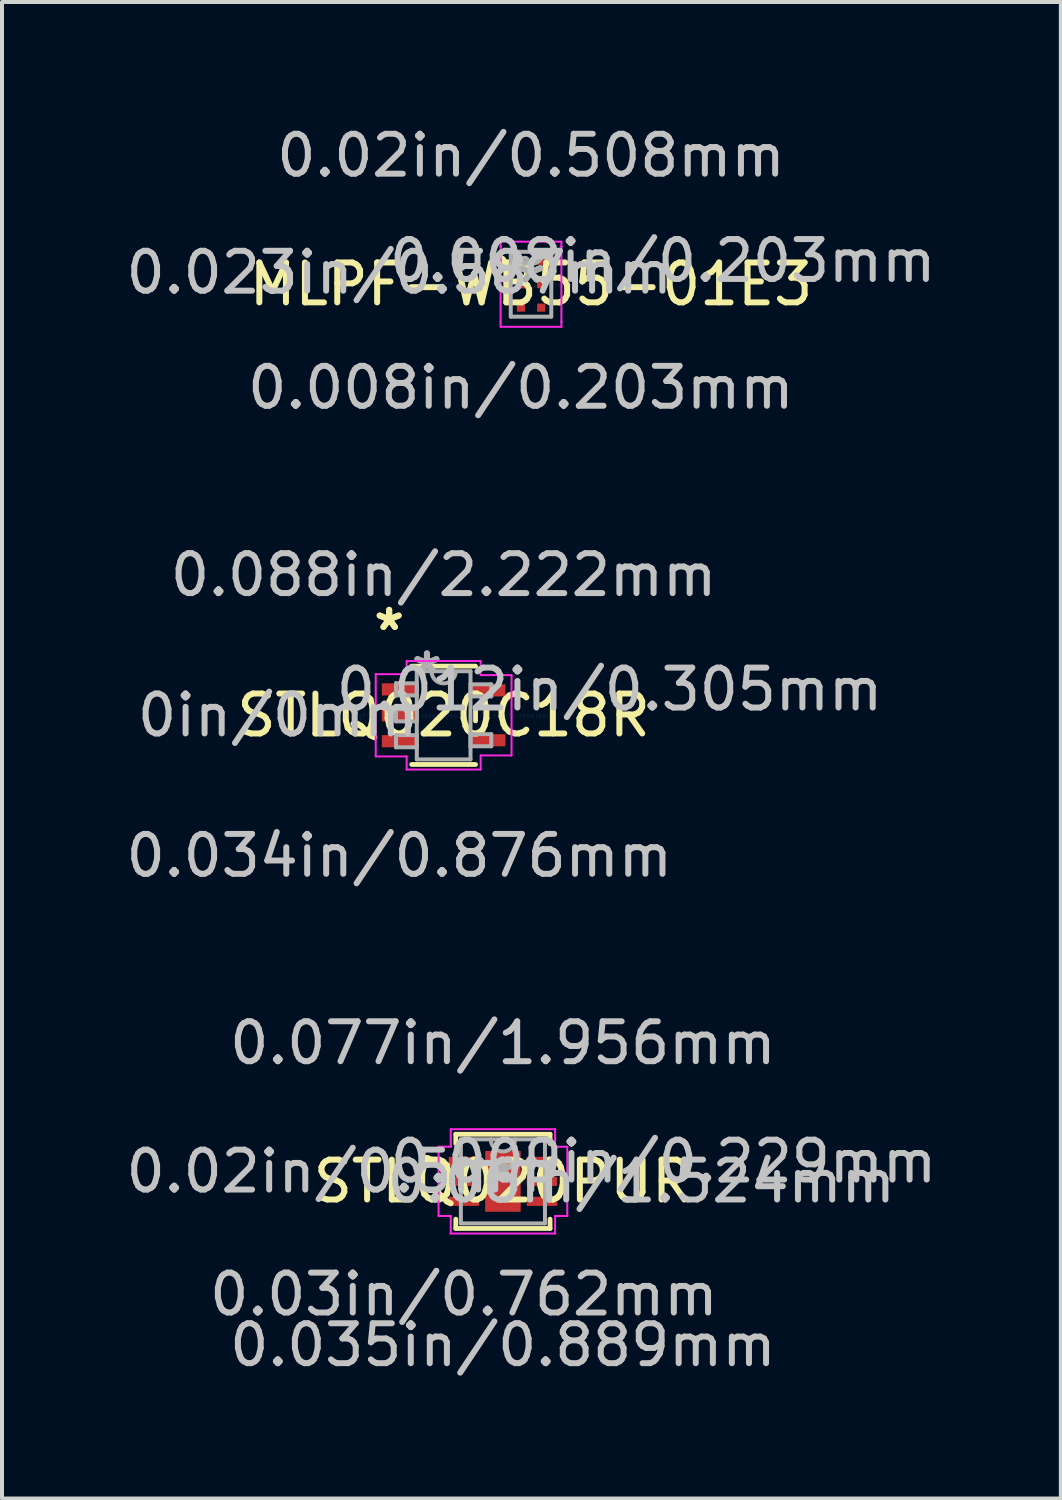
<source format=kicad_pcb>
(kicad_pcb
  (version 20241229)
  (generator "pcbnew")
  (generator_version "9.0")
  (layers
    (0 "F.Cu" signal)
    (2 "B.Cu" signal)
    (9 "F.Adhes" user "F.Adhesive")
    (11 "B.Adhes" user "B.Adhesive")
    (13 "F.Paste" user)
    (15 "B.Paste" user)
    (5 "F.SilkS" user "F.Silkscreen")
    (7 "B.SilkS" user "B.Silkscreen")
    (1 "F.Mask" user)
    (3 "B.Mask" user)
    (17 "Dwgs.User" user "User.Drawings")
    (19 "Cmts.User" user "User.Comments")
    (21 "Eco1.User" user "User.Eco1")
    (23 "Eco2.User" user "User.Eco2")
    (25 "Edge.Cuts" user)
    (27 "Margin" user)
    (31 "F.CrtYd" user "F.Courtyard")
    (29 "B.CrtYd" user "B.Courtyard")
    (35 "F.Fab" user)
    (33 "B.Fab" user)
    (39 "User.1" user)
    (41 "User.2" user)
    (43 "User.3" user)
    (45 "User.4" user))
  (footprint "STLQ020PUR"
    (layer "F.Cu")
    (at 9.556 26.561)
    (property "Reference" "STLQ020PUR" (at 0 0 0) (layer "F.SilkS") (effects (font (size 1 1) (thickness 0.15))))
    (attr through_hole)
    (fp_line (start -1.181 -1.181) (end -1.181 -0.947) (stroke (width 0.12) (type solid)) (layer "F.SilkS"))
    (fp_line (start -1.181 0.947) (end -1.181 1.181) (stroke (width 0.12) (type solid)) (layer "F.SilkS"))
    (fp_line (start -1.181 1.181) (end 1.181 1.181) (stroke (width 0.12) (type solid)) (layer "F.SilkS"))
    (fp_line (start 1.181 -1.181) (end -1.181 -1.181) (stroke (width 0.12) (type solid)) (layer "F.SilkS"))
    (fp_line (start 1.181 -0.947) (end 1.181 -1.181) (stroke (width 0.12) (type solid)) (layer "F.SilkS"))
    (fp_line (start 1.181 1.181) (end 1.181 0.947) (stroke (width 0.12) (type solid)) (layer "F.SilkS"))
    (fp_circle (center -1.91 -0.5) (end -1.808 -0.5) (stroke (width 0.12) (type solid)) (fill no) (layer "F.SilkS"))
    (fp_line (start -1.613 -0.868) (end -1.308 -0.868) (stroke (width 0.05) (type solid)) (layer "F.CrtYd"))
    (fp_line (start -1.613 0.868) (end -1.613 -0.868) (stroke (width 0.05) (type solid)) (layer "F.CrtYd"))
    (fp_line (start -1.308 -1.308) (end 1.308 -1.308) (stroke (width 0.05) (type solid)) (layer "F.CrtYd"))
    (fp_line (start -1.308 -0.868) (end -1.308 -1.308) (stroke (width 0.05) (type solid)) (layer "F.CrtYd"))
    (fp_line (start -1.308 0.868) (end -1.613 0.868) (stroke (width 0.05) (type solid)) (layer "F.CrtYd"))
    (fp_line (start -1.308 1.308) (end -1.308 0.868) (stroke (width 0.05) (type solid)) (layer "F.CrtYd"))
    (fp_line (start 1.308 -1.308) (end 1.308 -0.868) (stroke (width 0.05) (type solid)) (layer "F.CrtYd"))
    (fp_line (start 1.308 -0.868) (end 1.613 -0.868) (stroke (width 0.05) (type solid)) (layer "F.CrtYd"))
    (fp_line (start 1.308 0.868) (end 1.308 1.308) (stroke (width 0.05) (type solid)) (layer "F.CrtYd"))
    (fp_line (start 1.308 1.308) (end -1.308 1.308) (stroke (width 0.05) (type solid)) (layer "F.CrtYd"))
    (fp_line (start 1.613 -0.868) (end 1.613 0.868) (stroke (width 0.05) (type solid)) (layer "F.CrtYd"))
    (fp_line (start 1.613 0.868) (end 1.308 0.868) (stroke (width 0.05) (type solid)) (layer "F.CrtYd"))
    (fp_line (start -1.054 -1.054) (end -1.054 1.054) (stroke (width 0.1) (type solid)) (layer "F.Fab"))
    (fp_line (start -1.054 1.054) (end 1.054 1.054) (stroke (width 0.1) (type solid)) (layer "F.Fab"))
    (fp_line (start 1.054 -1.054) (end -1.054 -1.054) (stroke (width 0.1) (type solid)) (layer "F.Fab"))
    (fp_line (start 1.054 1.054) (end 1.054 -1.054) (stroke (width 0.1) (type solid)) (layer "F.Fab"))
    (fp_arc (start 0.3048 -1.0541) (mid 0 -0.7493) (end -0.3048 -1.0541) (stroke (width 0.1) (type solid)) (layer "F.Fab"))
    (fp_circle (center -0.597 -0.5) (end -0.521 -0.5) (stroke (width 0.1) (type solid)) (fill no) (layer "F.Fab"))
    (fp_text user "*" (at 0 0 0) (layer "F.SilkS") (effects (font (size 1 1) (thickness 0.15))))
    (fp_text user "0.077in/1.956mm" (at 0 -3.467 0) (layer "Dwgs.User") (effects (font (size 1 1) (thickness 0.15))))
    (fp_text user "0.009in/0.229mm" (at 4.026 -0.5 0) (layer "Dwgs.User") (effects (font (size 1 1) (thickness 0.15))))
    (fp_text user "0.06in/1.524mm" (at 3.467 0 0) (layer "Dwgs.User") (effects (font (size 1 1) (thickness 0.15))))
    (fp_text user "0.02in/0.5mm" (at -4.026 -0.25 0) (layer "Dwgs.User") (effects (font (size 1 1) (thickness 0.15))))
    (fp_text user "0.035in/0.889mm" (at 0 4.102 0) (layer "Dwgs.User") (effects (font (size 1 1) (thickness 0.15))))
    (fp_text user "0.03in/0.762mm" (at -0.978 2.832 0) (layer "Dwgs.User") (effects (font (size 1 1) (thickness 0.15))))
    (fp_text user "Copyright 2021 Accelerated Designs. All rights reserved." (at 0 0 0) (layer "Cmts.User") (effects (font (size 0.127 0.127) (thickness 0.002))))
    (fp_text user "*" (at 0 0 0) (layer "F.Fab") (effects (font (size 1 1) (thickness 0.15))))
    (pad "1" smd rect (at -0.978 -0.5) (size 0.762 0.229) (layers "F.Cu" "F.Mask" "F.Paste"))
    (pad "2" smd rect (at -0.978 0) (size 0.762 0.229) (layers "F.Cu" "F.Mask" "F.Paste"))
    (pad "3" smd rect (at -0.978 0.5) (size 0.762 0.229) (layers "F.Cu" "F.Mask" "F.Paste"))
    (pad "4" smd rect (at 0.978 0.5) (size 0.762 0.229) (layers "F.Cu" "F.Mask" "F.Paste"))
    (pad "5" smd rect (at 0.978 0) (size 0.762 0.229) (layers "F.Cu" "F.Mask" "F.Paste"))
    (pad "6" smd rect (at 0.978 -0.5) (size 0.762 0.229) (layers "F.Cu" "F.Mask" "F.Paste"))
    (pad "7" smd rect (at 0 0) (size 0.889 1.524) (layers "F.Cu" "F.Mask" "F.Paste")))
  (footprint "MLPF-WB55-01E3"
    (layer "F.Cu")
    (at 10.26 4.074)
    (property "Reference" "MLPF-WB55-01E3" (at 0 0 0) (layer "F.SilkS") (effects (font (size 1 1) (thickness 0.15))))
    (attr through_hole)
    (fp_arc (start -0.7507 -0.6632) (mid -0.706909 -0.52464) (end -0.822375 -0.612868) (stroke (width 0.12) (type solid)) (layer "F.SilkS"))
    (fp_line (start -0.762 -1.067) (end 0.762 -1.067) (stroke (width 0.05) (type solid)) (layer "F.CrtYd"))
    (fp_line (start -0.762 -0.943) (end -0.762 -1.067) (stroke (width 0.05) (type solid)) (layer "F.CrtYd"))
    (fp_line (start -0.762 -0.943) (end -0.762 -0.943) (stroke (width 0.05) (type solid)) (layer "F.CrtYd"))
    (fp_line (start -0.762 0.943) (end -0.762 -0.943) (stroke (width 0.05) (type solid)) (layer "F.CrtYd"))
    (fp_line (start -0.762 0.943) (end -0.762 0.943) (stroke (width 0.05) (type solid)) (layer "F.CrtYd"))
    (fp_line (start -0.762 1.067) (end -0.762 0.943) (stroke (width 0.05) (type solid)) (layer "F.CrtYd"))
    (fp_line (start 0.762 -1.067) (end 0.762 -0.943) (stroke (width 0.05) (type solid)) (layer "F.CrtYd"))
    (fp_line (start 0.762 -0.943) (end 0.762 -0.943) (stroke (width 0.05) (type solid)) (layer "F.CrtYd"))
    (fp_line (start 0.762 -0.943) (end 0.762 0.943) (stroke (width 0.05) (type solid)) (layer "F.CrtYd"))
    (fp_line (start 0.762 0.943) (end 0.762 0.943) (stroke (width 0.05) (type solid)) (layer "F.CrtYd"))
    (fp_line (start 0.762 0.943) (end 0.762 1.067) (stroke (width 0.05) (type solid)) (layer "F.CrtYd"))
    (fp_line (start 0.762 1.067) (end -0.762 1.067) (stroke (width 0.05) (type solid)) (layer "F.CrtYd"))
    (fp_line (start -0.508 -0.813) (end -0.508 0.813) (stroke (width 0.1) (type solid)) (layer "F.Fab"))
    (fp_line (start -0.508 0.813) (end 0.508 0.813) (stroke (width 0.1) (type solid)) (layer "F.Fab"))
    (fp_line (start 0.508 -0.813) (end -0.508 -0.813) (stroke (width 0.1) (type solid)) (layer "F.Fab"))
    (fp_line (start 0.508 0.813) (end 0.508 -0.813) (stroke (width 0.1) (type solid)) (layer "F.Fab"))
    (fp_arc (start 0.3048 -0.8128) (mid 0 -0.508) (end -0.3048 -0.8128) (stroke (width 0.1) (type solid)) (layer "F.Fab"))
    (fp_circle (center -0.152 -0.587) (end -0.076 -0.587) (stroke (width 0.1) (type solid)) (fill no) (layer "F.Fab"))
    (fp_text user "*" (at 0 0 0) (layer "F.SilkS") (effects (font (size 1 1) (thickness 0.15))))
    (fp_text user "0.008in/0.203mm" (at 3.302 -0.587 0) (layer "Dwgs.User") (effects (font (size 1 1) (thickness 0.15))))
    (fp_text user "0.008in/0.203mm" (at -0.254 2.591 0) (layer "Dwgs.User") (effects (font (size 1 1) (thickness 0.15))))
    (fp_text user "0.02in/0.508mm" (at 0 -3.226 0) (layer "Dwgs.User") (effects (font (size 1 1) (thickness 0.15))))
    (fp_text user "0.023in/0.587mm" (at -3.302 -0.293 0) (layer "Dwgs.User") (effects (font (size 1 1) (thickness 0.15))))
    (fp_text user "Copyright 2021 Accelerated Designs. All rights reserved." (at 0 0 0) (layer "Cmts.User") (effects (font (size 0.127 0.127) (thickness 0.002))))
    (fp_text user "*" (at 0 0 0) (layer "F.Fab") (effects (font (size 1 1) (thickness 0.15))))
    (pad "1" smd rect (at -0.254 -0.587) (size 0.203 0.203) (layers "F.Cu" "F.Mask" "F.Paste"))
    (pad "2" smd rect (at -0.254 0) (size 0.203 0.203) (layers "F.Cu" "F.Mask" "F.Paste"))
    (pad "3" smd rect (at -0.254 0.587) (size 0.203 0.203) (layers "F.Cu" "F.Mask" "F.Paste"))
    (pad "4" smd rect (at 0.254 0.587) (size 0.203 0.203) (layers "F.Cu" "F.Mask" "F.Paste"))
    (pad "5" smd rect (at 0.254 0) (size 0.203 0.203) (layers "F.Cu" "F.Mask" "F.Paste"))
    (pad "6" smd rect (at 0.254 -0.587) (size 0.203 0.203) (layers "F.Cu" "F.Mask" "F.Paste")))
  (footprint "STLQ020C18R"
    (layer "F.Cu")
    (at 8.07 14.879)
    (property "Reference" "STLQ020C18R" (at 0 0 0) (layer "F.SilkS") (effects (font (size 1 1) (thickness 0.15))))
    (attr through_hole)
    (fp_line (start -0.8 1.232) (end 0.8 1.232) (stroke (width 0.12) (type solid)) (layer "F.SilkS"))
    (fp_line (start 0.8 -1.232) (end -0.8 -1.232) (stroke (width 0.12) (type solid)) (layer "F.SilkS"))
    (fp_line (start 0.8 0.14) (end 0.8 -0.14) (stroke (width 0.12) (type solid)) (layer "F.SilkS"))
    (fp_line (start -1.702 -1.031) (end -0.927 -1.031) (stroke (width 0.05) (type solid)) (layer "F.CrtYd"))
    (fp_line (start -1.702 1.031) (end -1.702 -1.031) (stroke (width 0.05) (type solid)) (layer "F.CrtYd"))
    (fp_line (start -0.927 -1.359) (end 0.927 -1.359) (stroke (width 0.05) (type solid)) (layer "F.CrtYd"))
    (fp_line (start -0.927 -1.031) (end -0.927 -1.359) (stroke (width 0.05) (type solid)) (layer "F.CrtYd"))
    (fp_line (start -0.927 1.031) (end -1.702 1.031) (stroke (width 0.05) (type solid)) (layer "F.CrtYd"))
    (fp_line (start -0.927 1.359) (end -0.927 1.031) (stroke (width 0.05) (type solid)) (layer "F.CrtYd"))
    (fp_line (start 0.927 -1.359) (end 0.927 -1.006) (stroke (width 0.05) (type solid)) (layer "F.CrtYd"))
    (fp_line (start 0.927 -1.006) (end 1.702 -1.006) (stroke (width 0.05) (type solid)) (layer "F.CrtYd"))
    (fp_line (start 0.927 1.006) (end 0.927 1.359) (stroke (width 0.05) (type solid)) (layer "F.CrtYd"))
    (fp_line (start 0.927 1.359) (end -0.927 1.359) (stroke (width 0.05) (type solid)) (layer "F.CrtYd"))
    (fp_line (start 1.702 -1.006) (end 1.702 1.006) (stroke (width 0.05) (type solid)) (layer "F.CrtYd"))
    (fp_line (start 1.702 1.006) (end 0.927 1.006) (stroke (width 0.05) (type solid)) (layer "F.CrtYd"))
    (fp_line (start -1.194 -0.802) (end -1.194 -0.498) (stroke (width 0.1) (type solid)) (layer "F.Fab"))
    (fp_line (start -1.194 -0.498) (end -0.673 -0.498) (stroke (width 0.1) (type solid)) (layer "F.Fab"))
    (fp_line (start -1.194 -0.152) (end -1.194 0.152) (stroke (width 0.1) (type solid)) (layer "F.Fab"))
    (fp_line (start -1.194 0.152) (end -0.673 0.152) (stroke (width 0.1) (type solid)) (layer "F.Fab"))
    (fp_line (start -1.194 0.498) (end -1.194 0.802) (stroke (width 0.1) (type solid)) (layer "F.Fab"))
    (fp_line (start -1.194 0.802) (end -0.673 0.802) (stroke (width 0.1) (type solid)) (layer "F.Fab"))
    (fp_line (start -0.673 -1.105) (end -0.673 1.105) (stroke (width 0.1) (type solid)) (layer "F.Fab"))
    (fp_line (start -0.673 -0.802) (end -1.194 -0.802) (stroke (width 0.1) (type solid)) (layer "F.Fab"))
    (fp_line (start -0.673 -0.498) (end -0.673 -0.802) (stroke (width 0.1) (type solid)) (layer "F.Fab"))
    (fp_line (start -0.673 -0.152) (end -1.194 -0.152) (stroke (width 0.1) (type solid)) (layer "F.Fab"))
    (fp_line (start -0.673 0.152) (end -0.673 -0.152) (stroke (width 0.1) (type solid)) (layer "F.Fab"))
    (fp_line (start -0.673 0.498) (end -1.194 0.498) (stroke (width 0.1) (type solid)) (layer "F.Fab"))
    (fp_line (start -0.673 0.802) (end -0.673 0.498) (stroke (width 0.1) (type solid)) (layer "F.Fab"))
    (fp_line (start -0.673 1.105) (end 0.673 1.105) (stroke (width 0.1) (type solid)) (layer "F.Fab"))
    (fp_line (start 0.673 -1.105) (end -0.673 -1.105) (stroke (width 0.1) (type solid)) (layer "F.Fab"))
    (fp_line (start 0.673 -0.777) (end 0.673 -0.473) (stroke (width 0.1) (type solid)) (layer "F.Fab"))
    (fp_line (start 0.673 -0.473) (end 1.194 -0.473) (stroke (width 0.1) (type solid)) (layer "F.Fab"))
    (fp_line (start 0.673 0.473) (end 0.673 0.777) (stroke (width 0.1) (type solid)) (layer "F.Fab"))
    (fp_line (start 0.673 0.777) (end 1.194 0.777) (stroke (width 0.1) (type solid)) (layer "F.Fab"))
    (fp_line (start 0.673 1.105) (end 0.673 -1.105) (stroke (width 0.1) (type solid)) (layer "F.Fab"))
    (fp_line (start 1.194 -0.777) (end 0.673 -0.777) (stroke (width 0.1) (type solid)) (layer "F.Fab"))
    (fp_line (start 1.194 -0.473) (end 1.194 -0.777) (stroke (width 0.1) (type solid)) (layer "F.Fab"))
    (fp_line (start 1.194 0.473) (end 0.673 0.473) (stroke (width 0.1) (type solid)) (layer "F.Fab"))
    (fp_line (start 1.194 0.777) (end 1.194 0.473) (stroke (width 0.1) (type solid)) (layer "F.Fab"))
    (fp_arc (start 0.3048 -1.1049) (mid 0 -0.8001) (end -0.3048 -1.1049) (stroke (width 0.1) (type solid)) (layer "F.Fab"))
    (fp_text user "*" (at -1.365 -2.098 0) (layer "F.SilkS") (effects (font (size 1 1) (thickness 0.15))))
    (fp_text user "*" (at -1.365 -2.098 0) (layer "F.SilkS") (effects (font (size 1 1) (thickness 0.15))))
    (fp_text user "0in/0mm" (at -4.159 0 0) (layer "Dwgs.User") (effects (font (size 1 1) (thickness 0.15))))
    (fp_text user "0.034in/0.876mm" (at -1.111 3.518 0) (layer "Dwgs.User") (effects (font (size 1 1) (thickness 0.15))))
    (fp_text user "0.012in/0.305mm" (at 4.159 -0.65 0) (layer "Dwgs.User") (effects (font (size 1 1) (thickness 0.15))))
    (fp_text user "0.088in/2.222mm" (at 0 -3.518 0) (layer "Dwgs.User") (effects (font (size 1 1) (thickness 0.15))))
    (fp_text user "Copyright 2021 Accelerated Designs. All rights reserved." (at 0 0 0) (layer "Cmts.User") (effects (font (size 0.127 0.127) (thickness 0.002))))
    (fp_text user "*" (at -0.419 -1.006 0) (layer "F.Fab") (effects (font (size 1 1) (thickness 0.15))))
    (fp_text user "*" (at -0.419 -1.006 0) (layer "F.Fab") (effects (font (size 1 1) (thickness 0.15))))
    (pad "1" smd rect (at -1.111 -0.65) (size 0.876 0.305) (layers "F.Cu" "F.Mask" "F.Paste"))
    (pad "2" smd rect (at -1.111 0) (size 0.876 0.305) (layers "F.Cu" "F.Mask" "F.Paste"))
    (pad "3" smd rect (at -1.111 0.65) (size 0.876 0.305) (layers "F.Cu" "F.Mask" "F.Paste"))
    (pad "4" smd rect (at 1.111 0.625) (size 0.876 0.305) (layers "F.Cu" "F.Mask" "F.Paste"))
    (pad "5" smd rect (at 1.111 -0.625) (size 0.876 0.305) (layers "F.Cu" "F.Mask" "F.Paste")))
  (gr_rect
    (start -3 -3)
    (end 23.54 34.511)
    (stroke (width 0.1) (type default))
    (fill no)
    (layer "Edge.Cuts")))
</source>
